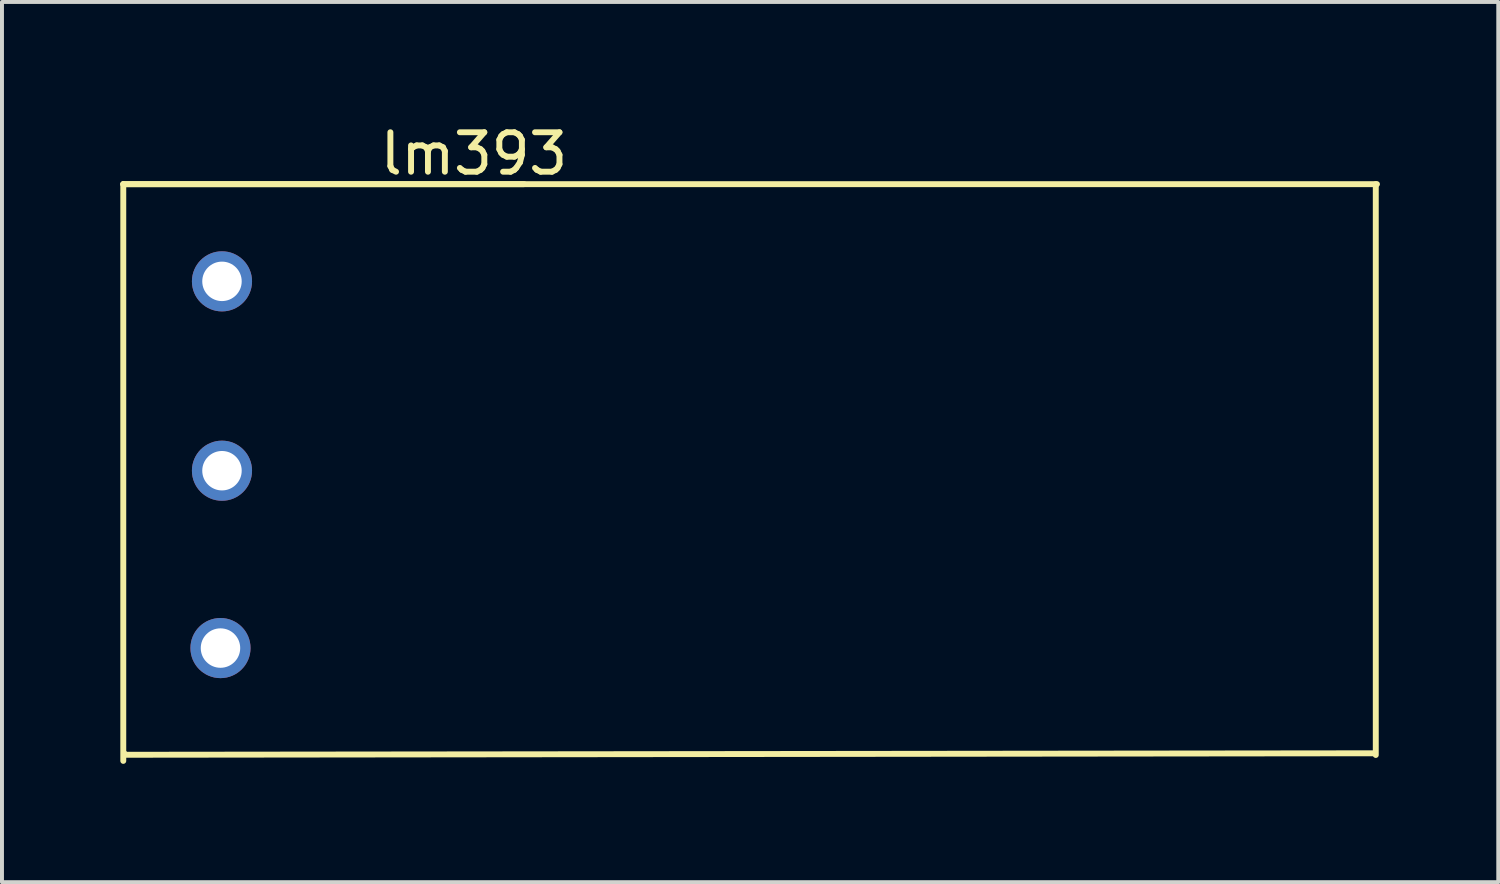
<source format=kicad_pcb>
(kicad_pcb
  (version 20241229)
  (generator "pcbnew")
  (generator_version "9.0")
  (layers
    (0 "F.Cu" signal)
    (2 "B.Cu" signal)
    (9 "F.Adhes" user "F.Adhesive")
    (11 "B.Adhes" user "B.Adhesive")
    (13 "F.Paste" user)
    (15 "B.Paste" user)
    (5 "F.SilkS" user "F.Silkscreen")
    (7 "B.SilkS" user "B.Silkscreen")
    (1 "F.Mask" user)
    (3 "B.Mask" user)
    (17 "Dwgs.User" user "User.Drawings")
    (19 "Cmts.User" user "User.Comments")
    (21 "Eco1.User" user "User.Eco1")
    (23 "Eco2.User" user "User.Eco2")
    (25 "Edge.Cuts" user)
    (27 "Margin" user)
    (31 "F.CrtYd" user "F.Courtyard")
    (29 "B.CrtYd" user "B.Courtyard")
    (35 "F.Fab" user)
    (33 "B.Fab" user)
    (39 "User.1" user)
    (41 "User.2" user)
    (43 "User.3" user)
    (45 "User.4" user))
  (footprint "lm393"
    (layer "F.Cu")
    (at 8.965 0.348)
    (property "Reference" "lm393" (at 0 0.5 0) (layer "F.SilkS") (effects (font (size 1 1) (thickness 0.15))))
    (attr through_hole)
    (fp_line (start -8.89 1.27) (end -8.89 15.89) (stroke (width 0.15) (type solid)) (layer "F.SilkS"))
    (fp_line (start -8.89 1.27) (end 1.27 1.27) (stroke (width 0.15) (type solid)) (layer "F.SilkS"))
    (fp_line (start -8.865 15.735) (end -8.865 15.697) (stroke (width 0.15) (type solid)) (layer "F.SilkS"))
    (fp_line (start 22.835 15.697) (end -8.865 15.735) (stroke (width 0.15) (type solid)) (layer "F.SilkS"))
    (fp_line (start 22.86 1.27) (end 22.86 15.74) (stroke (width 0.15) (type solid)) (layer "F.SilkS"))
    (fp_line (start 22.89 1.27) (end -8.89 1.27) (stroke (width 0.15) (type solid)) (layer "F.SilkS"))
    (pad "1" thru_hole circle (at -6.388 3.734) (size 1.524 1.524) (drill 1) (layers "*.Cu" "*.Mask"))
    (pad "2" thru_hole circle (at -6.388 8.534) (size 1.524 1.524) (drill 1) (layers "*.Cu" "*.Mask"))
    (pad "3" thru_hole circle (at -6.426 13.03) (size 1.524 1.524) (drill 1) (layers "*.Cu" "*.Mask")))
  (gr_rect
    (start -3 -3)
    (end 34.93 19.313)
    (stroke (width 0.1) (type default))
    (fill no)
    (layer "Edge.Cuts")))
</source>
